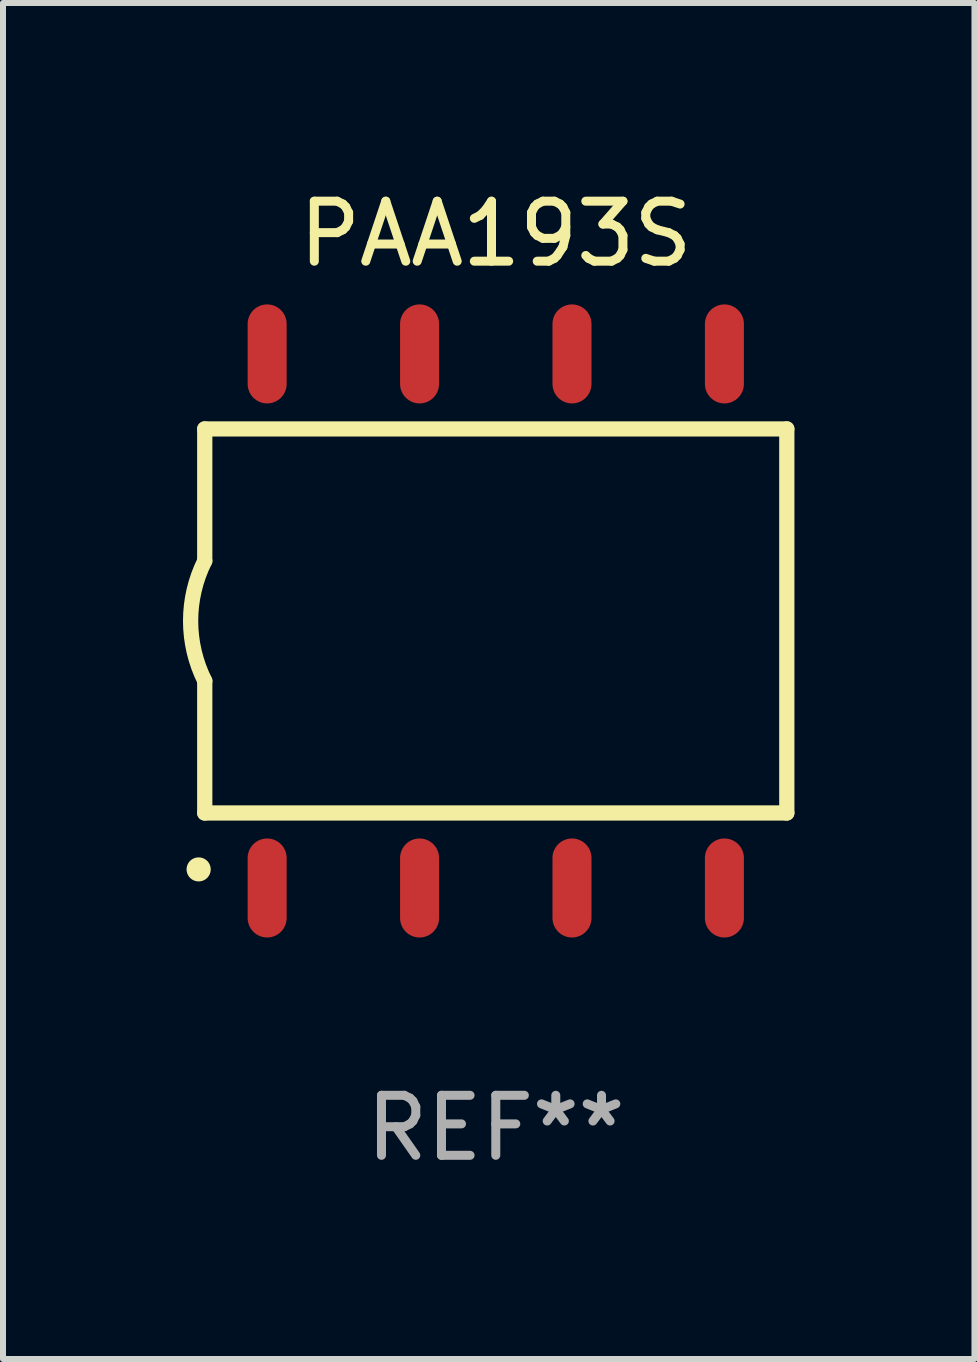
<source format=kicad_pcb>
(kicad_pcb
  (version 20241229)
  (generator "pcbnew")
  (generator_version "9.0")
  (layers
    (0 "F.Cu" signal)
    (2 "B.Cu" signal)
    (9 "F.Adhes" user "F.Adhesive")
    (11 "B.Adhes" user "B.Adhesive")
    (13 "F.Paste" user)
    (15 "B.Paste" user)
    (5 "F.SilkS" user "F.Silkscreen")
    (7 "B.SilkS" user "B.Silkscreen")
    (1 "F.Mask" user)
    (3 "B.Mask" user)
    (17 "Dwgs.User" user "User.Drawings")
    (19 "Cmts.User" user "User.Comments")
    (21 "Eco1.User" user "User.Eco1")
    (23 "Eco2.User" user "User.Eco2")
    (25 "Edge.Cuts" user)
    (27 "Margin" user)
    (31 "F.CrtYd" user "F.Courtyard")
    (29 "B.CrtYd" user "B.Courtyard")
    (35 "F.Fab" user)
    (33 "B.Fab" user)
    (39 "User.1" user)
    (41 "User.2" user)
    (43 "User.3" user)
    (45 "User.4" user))
  (footprint "PAA193S"
    (layer "F.Cu")
    (at 5.212 7.298)
    (property "Reference" "PAA193S" (at 0 -6.45 0) (layer "F.SilkS") (effects (font (size 1 1) (thickness 0.15))))
    (attr through_hole)
    (fp_line (start -4.85 -3.2) (end -4.85 -1) (stroke (width 0.254) (type solid)) (layer "F.SilkS"))
    (fp_line (start -4.85 -3.2) (end 4.85 -3.2) (stroke (width 0.254) (type solid)) (layer "F.SilkS"))
    (fp_line (start -4.85 3.2) (end -4.85 1) (stroke (width 0.254) (type solid)) (layer "F.SilkS"))
    (fp_line (start 4.85 -3.2) (end 4.85 3.2) (stroke (width 0.254) (type solid)) (layer "F.SilkS"))
    (fp_line (start 4.85 3.2) (end -4.85 3.2) (stroke (width 0.254) (type solid)) (layer "F.SilkS"))
    (fp_arc (start -4.95301 4.140208) (mid -4.95174 4.140204) (end -4.95047 4.140208) (stroke (width 0.4) (type solid)) (layer "F.SilkS"))
    (fp_arc (start -4.84887 1.000762) (mid -5.085418 0.000516) (end -4.850013 -1) (stroke (width 0.254001) (type solid)) (layer "F.SilkS"))
    (fp_text user "REF**" (at 0 8.45 0) (layer "F.Fab") (effects (font (size 1 1) (thickness 0.15))))
    (pad "1" smd oval (at -3.81 4.45) (size 0.65 1.65) (layers "F.Cu" "F.Mask" "F.Paste"))
    (pad "2" smd oval (at -1.27 4.45) (size 0.65 1.65) (layers "F.Cu" "F.Mask" "F.Paste"))
    (pad "3" smd oval (at 1.27 4.45) (size 0.65 1.65) (layers "F.Cu" "F.Mask" "F.Paste"))
    (pad "4" smd oval (at 3.81 4.45) (size 0.65 1.65) (layers "F.Cu" "F.Mask" "F.Paste"))
    (pad "5" smd oval (at 3.81 -4.45 180) (size 0.65 1.65) (layers "F.Cu" "F.Mask" "F.Paste"))
    (pad "6" smd oval (at 1.27 -4.45 180) (size 0.65 1.65) (layers "F.Cu" "F.Mask" "F.Paste"))
    (pad "7" smd oval (at -1.27 -4.45 180) (size 0.65 1.65) (layers "F.Cu" "F.Mask" "F.Paste"))
    (pad "8" smd oval (at -3.81 -4.45 180) (size 0.65 1.65) (layers "F.Cu" "F.Mask" "F.Paste")))
  (gr_rect
    (start -3 -3)
    (end 13.189 19.597)
    (stroke (width 0.1) (type default))
    (fill no)
    (layer "Edge.Cuts")))
</source>
